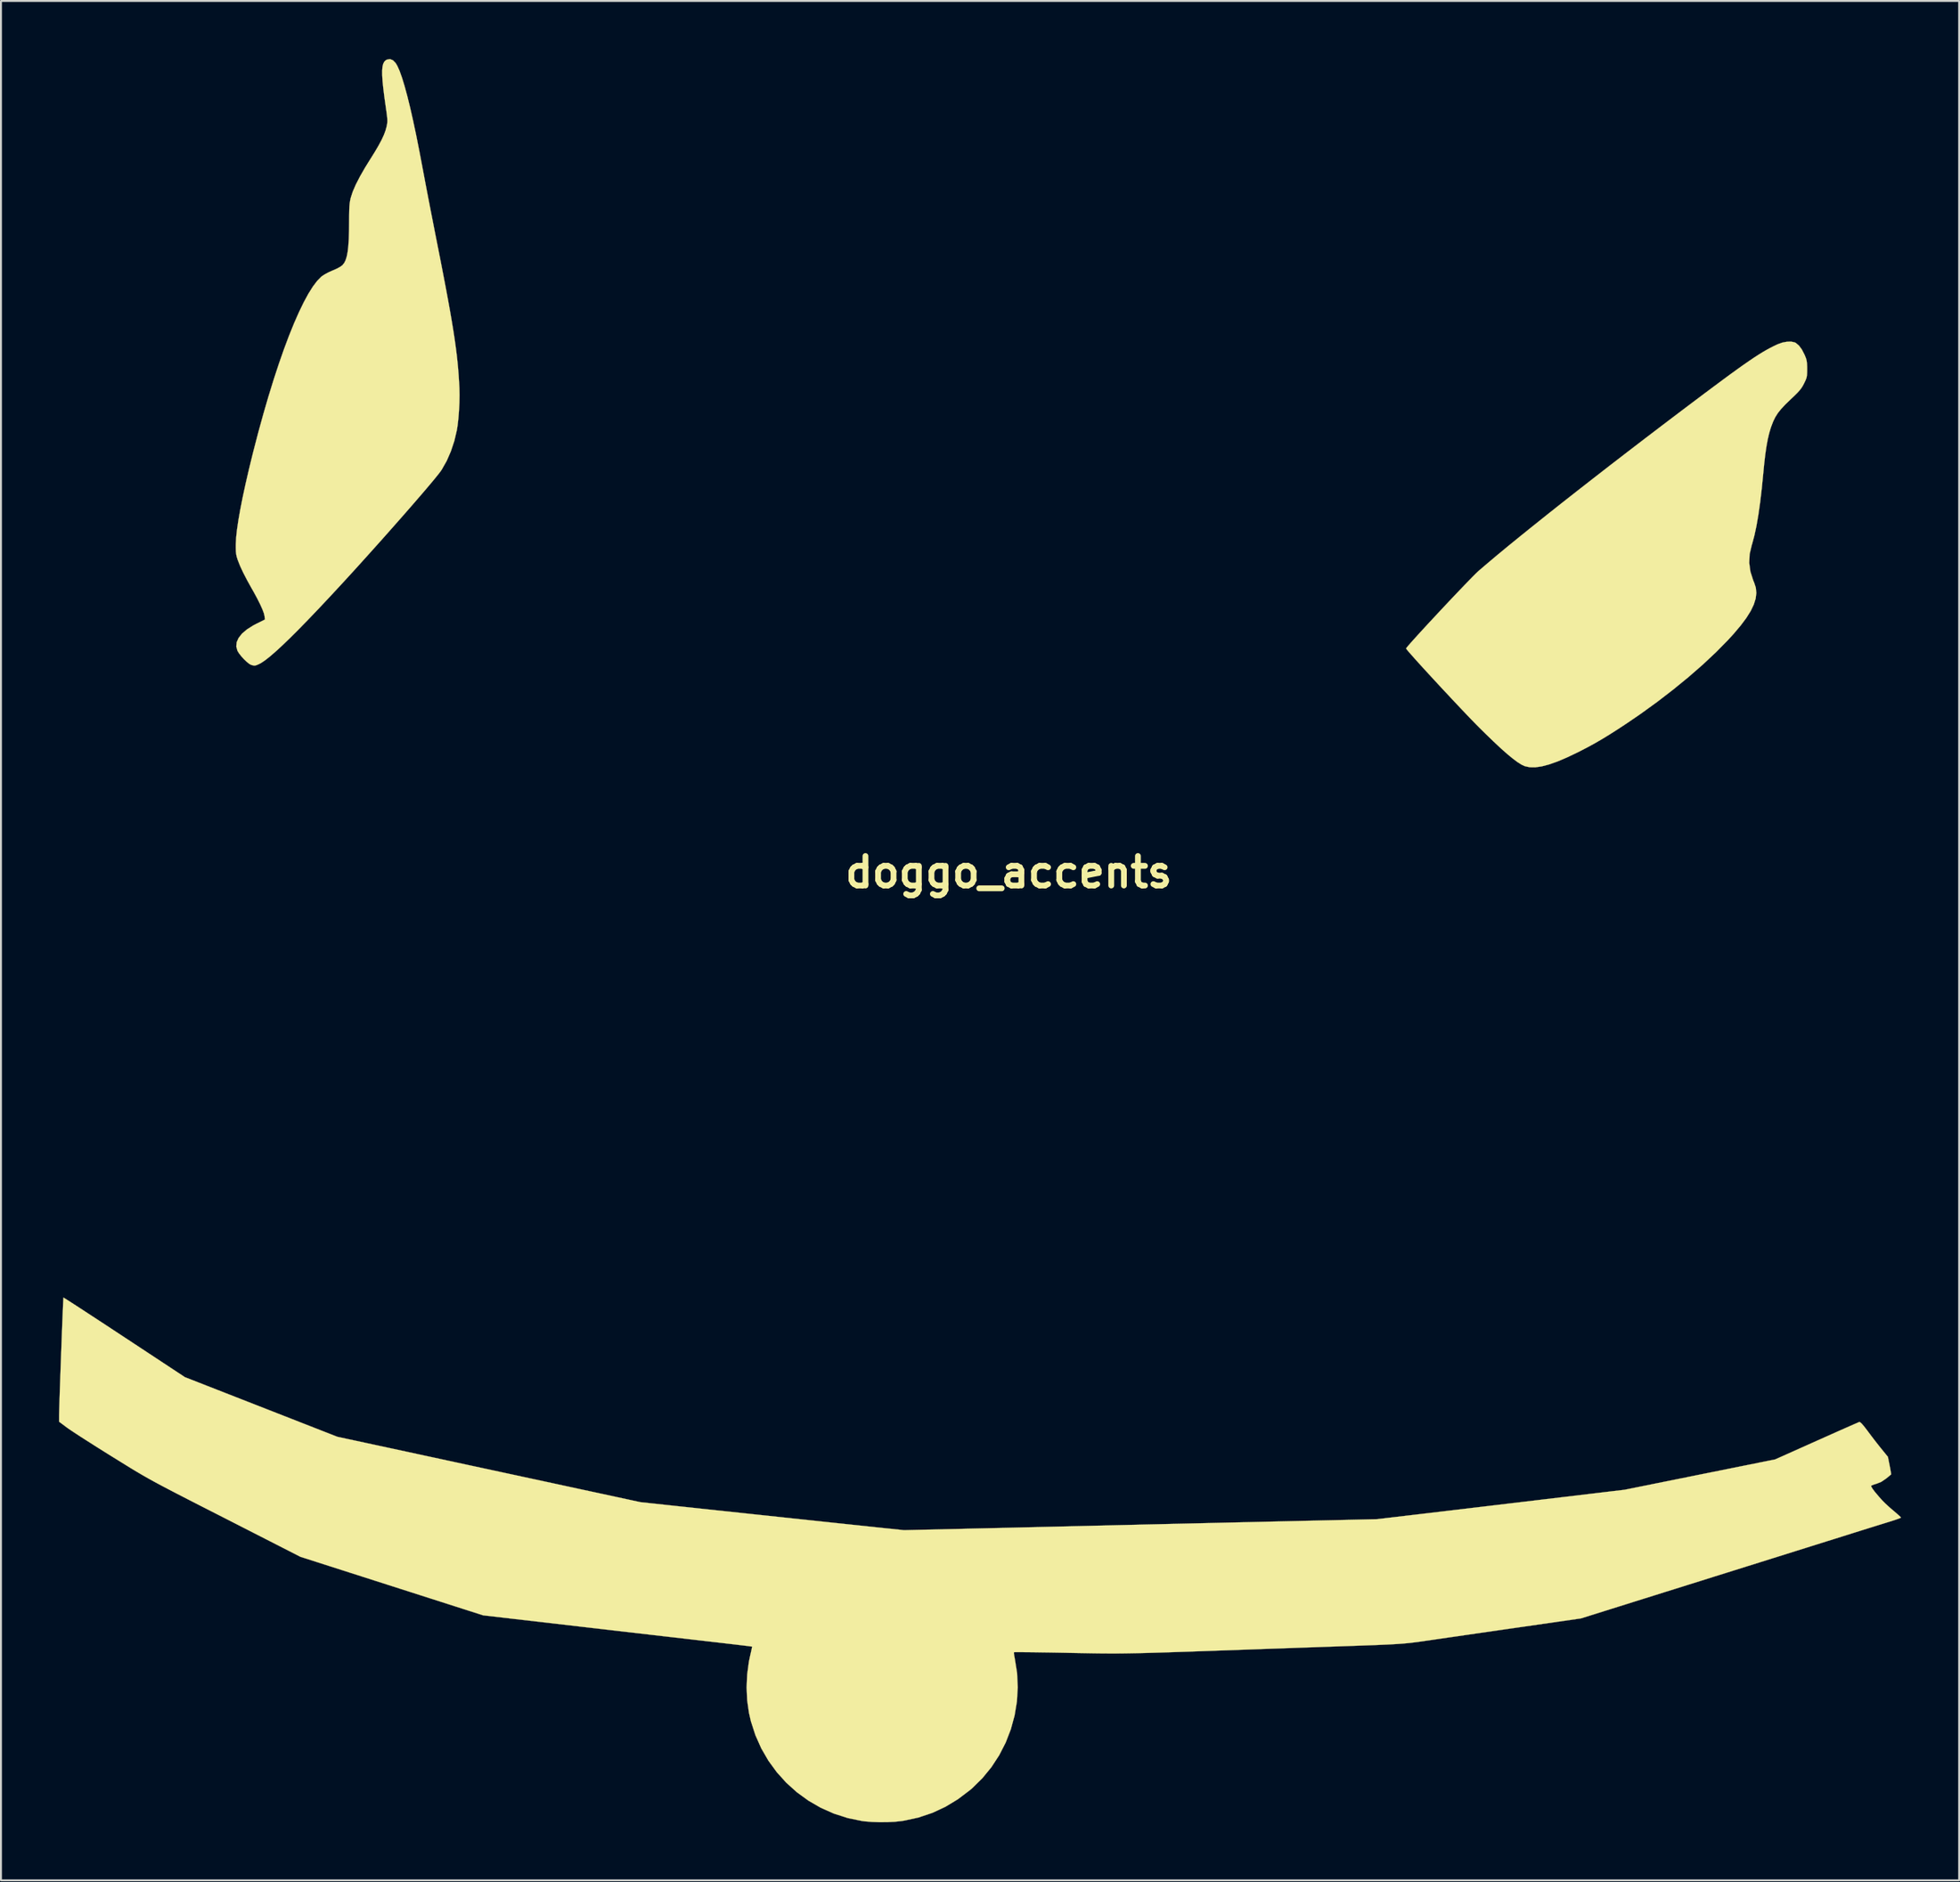
<source format=kicad_pcb>
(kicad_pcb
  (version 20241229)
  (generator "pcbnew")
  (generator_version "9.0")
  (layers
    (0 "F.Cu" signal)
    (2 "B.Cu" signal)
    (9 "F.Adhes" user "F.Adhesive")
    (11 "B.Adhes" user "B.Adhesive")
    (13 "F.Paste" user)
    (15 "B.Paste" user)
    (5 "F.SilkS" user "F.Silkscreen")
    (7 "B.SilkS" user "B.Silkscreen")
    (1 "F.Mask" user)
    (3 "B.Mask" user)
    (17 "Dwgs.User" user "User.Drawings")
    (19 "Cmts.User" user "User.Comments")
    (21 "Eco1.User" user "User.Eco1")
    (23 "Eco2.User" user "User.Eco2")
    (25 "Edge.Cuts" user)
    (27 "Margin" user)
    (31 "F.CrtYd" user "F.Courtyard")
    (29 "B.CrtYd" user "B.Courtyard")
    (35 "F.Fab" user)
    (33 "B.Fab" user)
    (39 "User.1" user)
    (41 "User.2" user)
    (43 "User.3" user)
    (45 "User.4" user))
  (footprint "doggo_accents"
    (layer "F.Cu")
    (at 49.069 42.028)
    (property "Reference" "doggo_accents" (at 0 0 0) (layer "F.SilkS") (effects (font (size 1.524 1.524) (thickness 0.3))))
    (attr through_hole)
    (fp_poly (pts (xy 40.615 -27.38) (xy 40.667 -27.354) (xy 40.831 -27.216) (xy 40.98 -27.014) (xy 41.121 -26.738) (xy 41.132 -26.712) (xy 41.19 -26.569) (xy 41.225 -26.443) (xy 41.244 -26.304) (xy 41.252 -26.124) (xy 41.253 -26.012) (xy 41.251 -25.813) (xy 41.242 -25.67) (xy 41.22 -25.554) (xy 41.177 -25.438) (xy 41.108 -25.292) (xy 41.095 -25.264) (xy 41.028 -25.137) (xy 40.958 -25.025) (xy 40.872 -24.913) (xy 40.76 -24.788) (xy 40.608 -24.636) (xy 40.406 -24.444) (xy 40.382 -24.421) (xy 40.115 -24.162) (xy 39.904 -23.936) (xy 39.739 -23.728) (xy 39.608 -23.521) (xy 39.499 -23.298) (xy 39.401 -23.043) (xy 39.374 -22.966) (xy 39.29 -22.683) (xy 39.215 -22.364) (xy 39.149 -22.001) (xy 39.088 -21.581) (xy 39.032 -21.095) (xy 38.99 -20.659) (xy 38.91 -19.847) (xy 38.824 -19.118) (xy 38.732 -18.47) (xy 38.634 -17.899) (xy 38.528 -17.404) (xy 38.416 -16.984) (xy 38.387 -16.891) (xy 38.281 -16.438) (xy 38.26 -15.987) (xy 38.321 -15.535) (xy 38.467 -15.078) (xy 38.515 -14.966) (xy 38.6 -14.706) (xy 38.627 -14.433) (xy 38.593 -14.144) (xy 38.497 -13.835) (xy 38.337 -13.501) (xy 38.11 -13.139) (xy 37.815 -12.745) (xy 37.451 -12.314) (xy 37.152 -11.988) (xy 36.541 -11.367) (xy 35.861 -10.729) (xy 35.12 -10.083) (xy 34.331 -9.438) (xy 33.504 -8.801) (xy 32.649 -8.182) (xy 31.941 -7.698) (xy 31.476 -7.392) (xy 31.062 -7.128) (xy 30.683 -6.895) (xy 30.321 -6.684) (xy 29.96 -6.485) (xy 29.583 -6.289) (xy 29.376 -6.184) (xy 28.83 -5.924) (xy 28.344 -5.718) (xy 27.913 -5.567) (xy 27.535 -5.468) (xy 27.205 -5.421) (xy 26.919 -5.425) (xy 26.673 -5.478) (xy 26.655 -5.485) (xy 26.488 -5.563) (xy 26.286 -5.691) (xy 26.045 -5.871) (xy 25.762 -6.104) (xy 25.435 -6.393) (xy 25.062 -6.742) (xy 24.639 -7.151) (xy 24.316 -7.47) (xy 24.137 -7.651) (xy 23.924 -7.87) (xy 23.682 -8.122) (xy 23.418 -8.399) (xy 23.138 -8.696) (xy 22.846 -9.007) (xy 22.549 -9.325) (xy 22.252 -9.644) (xy 21.961 -9.959) (xy 21.682 -10.262) (xy 21.42 -10.548) (xy 21.181 -10.811) (xy 20.971 -11.044) (xy 20.796 -11.242) (xy 20.66 -11.397) (xy 20.571 -11.505) (xy 20.533 -11.559) (xy 20.532 -11.562) (xy 20.56 -11.605) (xy 20.641 -11.704) (xy 20.768 -11.85) (xy 20.937 -12.039) (xy 21.14 -12.263) (xy 21.372 -12.517) (xy 21.627 -12.794) (xy 21.899 -13.087) (xy 22.182 -13.391) (xy 22.47 -13.699) (xy 22.757 -14.005) (xy 23.038 -14.301) (xy 23.306 -14.583) (xy 23.555 -14.843) (xy 23.78 -15.075) (xy 23.974 -15.274) (xy 24.131 -15.432) (xy 24.247 -15.542) (xy 24.284 -15.576) (xy 24.724 -15.953) (xy 25.227 -16.377) (xy 25.791 -16.843) (xy 26.411 -17.348) (xy 27.083 -17.89) (xy 27.802 -18.465) (xy 28.564 -19.069) (xy 29.366 -19.699) (xy 30.202 -20.352) (xy 31.068 -21.025) (xy 31.961 -21.713) (xy 32.876 -22.415) (xy 33.808 -23.125) (xy 34.734 -23.827) (xy 35.36 -24.299) (xy 35.923 -24.722) (xy 36.429 -25.1) (xy 36.881 -25.436) (xy 37.285 -25.733) (xy 37.645 -25.994) (xy 37.965 -26.222) (xy 38.252 -26.421) (xy 38.508 -26.594) (xy 38.739 -26.744) (xy 38.949 -26.874) (xy 39.143 -26.987) (xy 39.326 -27.087) (xy 39.502 -27.177) (xy 39.676 -27.26) (xy 39.741 -27.289) (xy 39.978 -27.373) (xy 40.218 -27.417) (xy 40.437 -27.42) (xy 40.615 -27.38)) (stroke (width 0.01) (type solid)) (fill yes) (layer "F.SilkS"))
    (fp_poly (pts (xy -31.817 -41.964) (xy -31.68 -41.824) (xy -31.587 -41.668) (xy -31.47 -41.403) (xy -31.346 -41.055) (xy -31.215 -40.625) (xy -31.076 -40.114) (xy -30.93 -39.523) (xy -30.778 -38.852) (xy -30.619 -38.104) (xy -30.455 -37.278) (xy -30.289 -36.407) (xy -30.224 -36.06) (xy -30.146 -35.645) (xy -30.057 -35.179) (xy -29.96 -34.675) (xy -29.858 -34.15) (xy -29.754 -33.62) (xy -29.652 -33.098) (xy -29.554 -32.601) (xy -29.549 -32.575) (xy -29.381 -31.728) (xy -29.231 -30.956) (xy -29.097 -30.255) (xy -28.978 -29.617) (xy -28.873 -29.036) (xy -28.781 -28.505) (xy -28.701 -28.019) (xy -28.632 -27.57) (xy -28.574 -27.153) (xy -28.524 -26.761) (xy -28.483 -26.387) (xy -28.449 -26.026) (xy -28.421 -25.67) (xy -28.399 -25.313) (xy -28.383 -25.019) (xy -28.376 -24.664) (xy -28.383 -24.265) (xy -28.404 -23.85) (xy -28.436 -23.446) (xy -28.478 -23.079) (xy -28.516 -22.842) (xy -28.644 -22.292) (xy -28.822 -21.757) (xy -29.039 -21.258) (xy -29.289 -20.817) (xy -29.338 -20.743) (xy -29.431 -20.618) (xy -29.577 -20.435) (xy -29.77 -20.2) (xy -30.006 -19.919) (xy -30.281 -19.596) (xy -30.59 -19.238) (xy -30.927 -18.849) (xy -31.29 -18.434) (xy -31.672 -18) (xy -32.069 -17.551) (xy -32.476 -17.093) (xy -32.89 -16.631) (xy -33.305 -16.17) (xy -33.716 -15.715) (xy -34.119 -15.273) (xy -34.441 -14.922) (xy -35.084 -14.228) (xy -35.676 -13.598) (xy -36.216 -13.033) (xy -36.706 -12.531) (xy -37.146 -12.092) (xy -37.538 -11.715) (xy -37.881 -11.4) (xy -38.177 -11.144) (xy -38.427 -10.948) (xy -38.632 -10.811) (xy -38.744 -10.752) (xy -38.868 -10.699) (xy -38.954 -10.678) (xy -39.039 -10.686) (xy -39.143 -10.714) (xy -39.242 -10.768) (xy -39.372 -10.874) (xy -39.516 -11.012) (xy -39.655 -11.165) (xy -39.772 -11.315) (xy -39.849 -11.44) (xy -39.91 -11.661) (xy -39.89 -11.885) (xy -39.789 -12.11) (xy -39.612 -12.332) (xy -39.359 -12.548) (xy -39.033 -12.754) (xy -38.872 -12.838) (xy -38.43 -13.058) (xy -38.45 -13.24) (xy -38.486 -13.387) (xy -38.564 -13.595) (xy -38.681 -13.854) (xy -38.832 -14.155) (xy -39.013 -14.488) (xy -39.106 -14.652) (xy -39.345 -15.081) (xy -39.549 -15.476) (xy -39.713 -15.827) (xy -39.83 -16.122) (xy -39.84 -16.15) (xy -39.886 -16.296) (xy -39.915 -16.43) (xy -39.931 -16.579) (xy -39.936 -16.767) (xy -39.935 -16.954) (xy -39.918 -17.292) (xy -39.873 -17.706) (xy -39.801 -18.193) (xy -39.703 -18.75) (xy -39.58 -19.372) (xy -39.433 -20.056) (xy -39.261 -20.799) (xy -39.066 -21.598) (xy -39.031 -21.738) (xy -38.773 -22.73) (xy -38.511 -23.681) (xy -38.247 -24.589) (xy -37.981 -25.451) (xy -37.715 -26.262) (xy -37.45 -27.02) (xy -37.187 -27.722) (xy -36.928 -28.363) (xy -36.673 -28.942) (xy -36.425 -29.454) (xy -36.185 -29.897) (xy -35.953 -30.266) (xy -35.731 -30.56) (xy -35.521 -30.774) (xy -35.466 -30.817) (xy -35.33 -30.904) (xy -35.148 -31.001) (xy -34.955 -31.088) (xy -34.913 -31.105) (xy -34.725 -31.188) (xy -34.558 -31.278) (xy -34.439 -31.361) (xy -34.424 -31.375) (xy -34.335 -31.486) (xy -34.261 -31.633) (xy -34.202 -31.823) (xy -34.155 -32.064) (xy -34.121 -32.361) (xy -34.097 -32.722) (xy -34.084 -33.155) (xy -34.079 -33.638) (xy -34.078 -33.957) (xy -34.073 -34.207) (xy -34.065 -34.403) (xy -34.051 -34.562) (xy -34.03 -34.698) (xy -34.003 -34.828) (xy -33.993 -34.865) (xy -33.892 -35.176) (xy -33.732 -35.544) (xy -33.514 -35.967) (xy -33.239 -36.444) (xy -32.999 -36.83) (xy -32.754 -37.223) (xy -32.556 -37.56) (xy -32.401 -37.85) (xy -32.284 -38.103) (xy -32.2 -38.328) (xy -32.147 -38.52) (xy -32.124 -38.63) (xy -32.109 -38.727) (xy -32.103 -38.825) (xy -32.108 -38.942) (xy -32.123 -39.094) (xy -32.15 -39.297) (xy -32.188 -39.566) (xy -32.189 -39.571) (xy -32.261 -40.085) (xy -32.315 -40.522) (xy -32.352 -40.889) (xy -32.371 -41.192) (xy -32.372 -41.437) (xy -32.355 -41.629) (xy -32.32 -41.776) (xy -32.266 -41.884) (xy -32.194 -41.958) (xy -32.122 -41.998) (xy -31.965 -42.023) (xy -31.817 -41.964)) (stroke (width 0.01) (type solid)) (fill yes) (layer "F.SilkS"))
    (fp_poly (pts (xy -48.803 22.007) (xy -48.701 22.071) (xy -48.538 22.175) (xy -48.32 22.316) (xy -48.051 22.49) (xy -47.737 22.695) (xy -47.383 22.927) (xy -46.993 23.182) (xy -46.573 23.457) (xy -46.129 23.75) (xy -45.696 24.035) (xy -42.566 26.099) (xy -34.692 29.18) (xy -32.851 29.577) (xy -32.427 29.668) (xy -31.995 29.761) (xy -31.569 29.853) (xy -31.163 29.941) (xy -30.792 30.021) (xy -30.47 30.091) (xy -30.211 30.147) (xy -30.141 30.162) (xy -29.95 30.203) (xy -29.686 30.26) (xy -29.358 30.331) (xy -28.975 30.414) (xy -28.547 30.506) (xy -28.083 30.606) (xy -27.594 30.712) (xy -27.087 30.821) (xy -26.573 30.932) (xy -26.331 30.984) (xy -25.766 31.106) (xy -25.164 31.236) (xy -24.541 31.37) (xy -23.911 31.506) (xy -23.29 31.64) (xy -22.692 31.769) (xy -22.133 31.89) (xy -21.628 31.999) (xy -21.209 32.089) (xy -19.029 32.56) (xy -17.103 32.767) (xy -16.689 32.811) (xy -16.265 32.856) (xy -15.823 32.904) (xy -15.358 32.953) (xy -14.864 33.006) (xy -14.335 33.062) (xy -13.765 33.123) (xy -13.148 33.189) (xy -12.477 33.26) (xy -11.748 33.338) (xy -10.953 33.422) (xy -10.087 33.515) (xy -9.144 33.615) (xy -8.975 33.633) (xy -8.55 33.678) (xy -8.116 33.724) (xy -7.687 33.769) (xy -7.279 33.812) (xy -6.906 33.852) (xy -6.584 33.886) (xy -6.328 33.913) (xy -6.293 33.916) (xy -5.41 34.008) (xy -1.34 33.914) (xy -0.688 33.899) (xy -0.01 33.884) (xy 0.683 33.867) (xy 1.38 33.851) (xy 2.069 33.835) (xy 2.738 33.819) (xy 3.376 33.804) (xy 3.971 33.79) (xy 4.511 33.777) (xy 4.985 33.766) (xy 5.228 33.76) (xy 5.592 33.751) (xy 6.033 33.741) (xy 6.542 33.729) (xy 7.11 33.715) (xy 7.73 33.701) (xy 8.394 33.685) (xy 9.093 33.669) (xy 9.818 33.652) (xy 10.562 33.635) (xy 11.317 33.617) (xy 12.073 33.6) (xy 12.823 33.583) (xy 13.377 33.57) (xy 19.029 33.44) (xy 21.357 33.165) (xy 21.757 33.118) (xy 22.23 33.062) (xy 22.765 32.998) (xy 23.351 32.929) (xy 23.977 32.854) (xy 24.632 32.776) (xy 25.304 32.696) (xy 25.984 32.615) (xy 26.659 32.535) (xy 27.32 32.456) (xy 27.754 32.404) (xy 31.823 31.919) (xy 35.713 31.134) (xy 39.603 30.35) (xy 41.741 29.393) (xy 42.142 29.214) (xy 42.521 29.045) (xy 42.87 28.889) (xy 43.184 28.75) (xy 43.453 28.631) (xy 43.672 28.535) (xy 43.832 28.466) (xy 43.926 28.425) (xy 43.949 28.417) (xy 43.996 28.432) (xy 44.072 28.5) (xy 44.181 28.626) (xy 44.328 28.816) (xy 44.39 28.899) (xy 44.559 29.125) (xy 44.747 29.371) (xy 44.932 29.607) (xy 45.09 29.805) (xy 45.093 29.808) (xy 45.425 30.216) (xy 45.515 30.666) (xy 45.55 30.85) (xy 45.576 31) (xy 45.589 31.098) (xy 45.589 31.129) (xy 45.55 31.16) (xy 45.465 31.231) (xy 45.35 31.326) (xy 45.339 31.335) (xy 45.079 31.512) (xy 44.852 31.602) (xy 44.712 31.646) (xy 44.605 31.686) (xy 44.56 31.71) (xy 44.567 31.758) (xy 44.623 31.853) (xy 44.717 31.983) (xy 44.758 32.034) (xy 44.959 32.274) (xy 45.133 32.469) (xy 45.305 32.642) (xy 45.496 32.816) (xy 45.709 32.999) (xy 45.861 33.128) (xy 45.985 33.238) (xy 46.069 33.318) (xy 46.101 33.356) (xy 46.101 33.357) (xy 46.063 33.379) (xy 45.958 33.42) (xy 45.801 33.475) (xy 45.607 33.538) (xy 45.54 33.559) (xy 45.361 33.614) (xy 45.117 33.69) (xy 44.82 33.782) (xy 44.487 33.886) (xy 44.131 33.997) (xy 43.768 34.111) (xy 43.561 34.176) (xy 43.336 34.247) (xy 43.038 34.341) (xy 42.672 34.456) (xy 42.245 34.589) (xy 41.765 34.74) (xy 41.239 34.905) (xy 40.672 35.083) (xy 40.072 35.271) (xy 39.445 35.468) (xy 38.799 35.671) (xy 38.14 35.877) (xy 37.475 36.086) (xy 37.063 36.215) (xy 36.402 36.422) (xy 35.747 36.628) (xy 35.103 36.83) (xy 34.478 37.026) (xy 33.877 37.214) (xy 33.307 37.393) (xy 32.774 37.56) (xy 32.286 37.713) (xy 31.848 37.851) (xy 31.467 37.97) (xy 31.149 38.07) (xy 30.902 38.148) (xy 30.776 38.187) (xy 29.57 38.566) (xy 26.331 39.033) (xy 25.776 39.113) (xy 25.215 39.194) (xy 24.657 39.275) (xy 24.113 39.353) (xy 23.594 39.428) (xy 23.109 39.499) (xy 22.67 39.562) (xy 22.286 39.618) (xy 21.968 39.664) (xy 21.78 39.692) (xy 21.535 39.727) (xy 21.316 39.759) (xy 21.114 39.787) (xy 20.924 39.811) (xy 20.739 39.833) (xy 20.55 39.852) (xy 20.351 39.869) (xy 20.135 39.885) (xy 19.894 39.9) (xy 19.622 39.915) (xy 19.312 39.929) (xy 18.955 39.944) (xy 18.546 39.959) (xy 18.076 39.976) (xy 17.539 39.995) (xy 16.928 40.016) (xy 16.637 40.026) (xy 16.154 40.043) (xy 15.624 40.061) (xy 15.069 40.08) (xy 14.51 40.1) (xy 13.969 40.119) (xy 13.469 40.136) (xy 13.03 40.152) (xy 13.018 40.152) (xy 12.117 40.185) (xy 11.296 40.214) (xy 10.549 40.24) (xy 9.87 40.264) (xy 9.256 40.286) (xy 8.699 40.304) (xy 8.196 40.321) (xy 7.74 40.335) (xy 7.327 40.347) (xy 6.952 40.357) (xy 6.608 40.365) (xy 6.291 40.371) (xy 5.996 40.376) (xy 5.717 40.379) (xy 5.449 40.38) (xy 5.186 40.38) (xy 4.924 40.378) (xy 4.658 40.376) (xy 4.381 40.372) (xy 4.089 40.367) (xy 3.777 40.361) (xy 3.438 40.355) (xy 3.069 40.348) (xy 3.058 40.347) (xy 2.582 40.338) (xy 2.131 40.33) (xy 1.712 40.324) (xy 1.333 40.318) (xy 1 40.314) (xy 0.721 40.312) (xy 0.503 40.311) (xy 0.352 40.311) (xy 0.276 40.314) (xy 0.269 40.315) (xy 0.266 40.364) (xy 0.28 40.473) (xy 0.308 40.621) (xy 0.313 40.647) (xy 0.43 41.384) (xy 0.465 42.125) (xy 0.422 42.863) (xy 0.302 43.589) (xy 0.108 44.299) (xy -0.157 44.984) (xy -0.492 45.638) (xy -0.894 46.254) (xy -1.36 46.824) (xy -1.888 47.343) (xy -1.998 47.437) (xy -2.622 47.91) (xy -3.271 48.304) (xy -3.948 48.618) (xy -4.659 48.857) (xy -5.407 49.02) (xy -5.567 49.044) (xy -5.891 49.078) (xy -6.268 49.096) (xy -6.667 49.099) (xy -7.06 49.086) (xy -7.415 49.059) (xy -7.578 49.038) (xy -8.322 48.884) (xy -9.035 48.655) (xy -9.714 48.353) (xy -10.352 47.984) (xy -10.946 47.552) (xy -11.491 47.062) (xy -11.982 46.517) (xy -12.416 45.922) (xy -12.786 45.282) (xy -13.089 44.6) (xy -13.321 43.882) (xy -13.421 43.446) (xy -13.512 42.808) (xy -13.542 42.137) (xy -13.512 41.459) (xy -13.424 40.8) (xy -13.353 40.467) (xy -13.311 40.288) (xy -13.28 40.143) (xy -13.262 40.05) (xy -13.26 40.024) (xy -13.303 40.018) (xy -13.422 40.002) (xy -13.608 39.979) (xy -13.852 39.95) (xy -14.147 39.914) (xy -14.483 39.875) (xy -14.853 39.832) (xy -15.155 39.797) (xy -15.451 39.763) (xy -15.822 39.72) (xy -16.262 39.669) (xy -16.761 39.611) (xy -17.313 39.548) (xy -17.909 39.479) (xy -18.54 39.406) (xy -19.2 39.329) (xy -19.879 39.251) (xy -20.571 39.171) (xy -21.266 39.09) (xy -21.957 39.01) (xy -22.098 38.994) (xy -27.157 38.408) (xy -31.877 36.896) (xy -36.597 35.383) (xy -37.656 34.842) (xy -37.986 34.673) (xy -38.368 34.478) (xy -38.779 34.268) (xy -39.196 34.055) (xy -39.596 33.851) (xy -39.92 33.685) (xy -40.59 33.343) (xy -41.19 33.037) (xy -41.726 32.764) (xy -42.203 32.52) (xy -42.627 32.302) (xy -43.004 32.108) (xy -43.338 31.934) (xy -43.637 31.777) (xy -43.905 31.635) (xy -44.148 31.504) (xy -44.371 31.381) (xy -44.58 31.263) (xy -44.781 31.148) (xy -44.979 31.031) (xy -45.18 30.911) (xy -45.39 30.784) (xy -45.613 30.646) (xy -45.856 30.496) (xy -46.125 30.329) (xy -46.334 30.2) (xy -46.714 29.963) (xy -47.085 29.73) (xy -47.437 29.506) (xy -47.764 29.298) (xy -48.055 29.11) (xy -48.302 28.948) (xy -48.497 28.818) (xy -48.63 28.726) (xy -48.652 28.71) (xy -49.064 28.402) (xy -49.064 28.076) (xy -49.062 27.965) (xy -49.058 27.786) (xy -49.051 27.544) (xy -49.042 27.25) (xy -49.031 26.911) (xy -49.018 26.536) (xy -49.004 26.131) (xy -48.989 25.706) (xy -48.973 25.269) (xy -48.957 24.828) (xy -48.941 24.391) (xy -48.925 23.966) (xy -48.91 23.562) (xy -48.895 23.186) (xy -48.881 22.847) (xy -48.869 22.553) (xy -48.858 22.311) (xy -48.85 22.131) (xy -48.844 22.02) (xy -48.84 21.987) (xy -48.803 22.007)) (stroke (width 0.01) (type solid)) (fill yes) (layer "F.SilkS")))
  (gr_rect
    (start -3 -3)
    (end 98.175 94.132)
    (stroke (width 0.1) (type default))
    (fill no)
    (layer "Edge.Cuts")))
</source>
